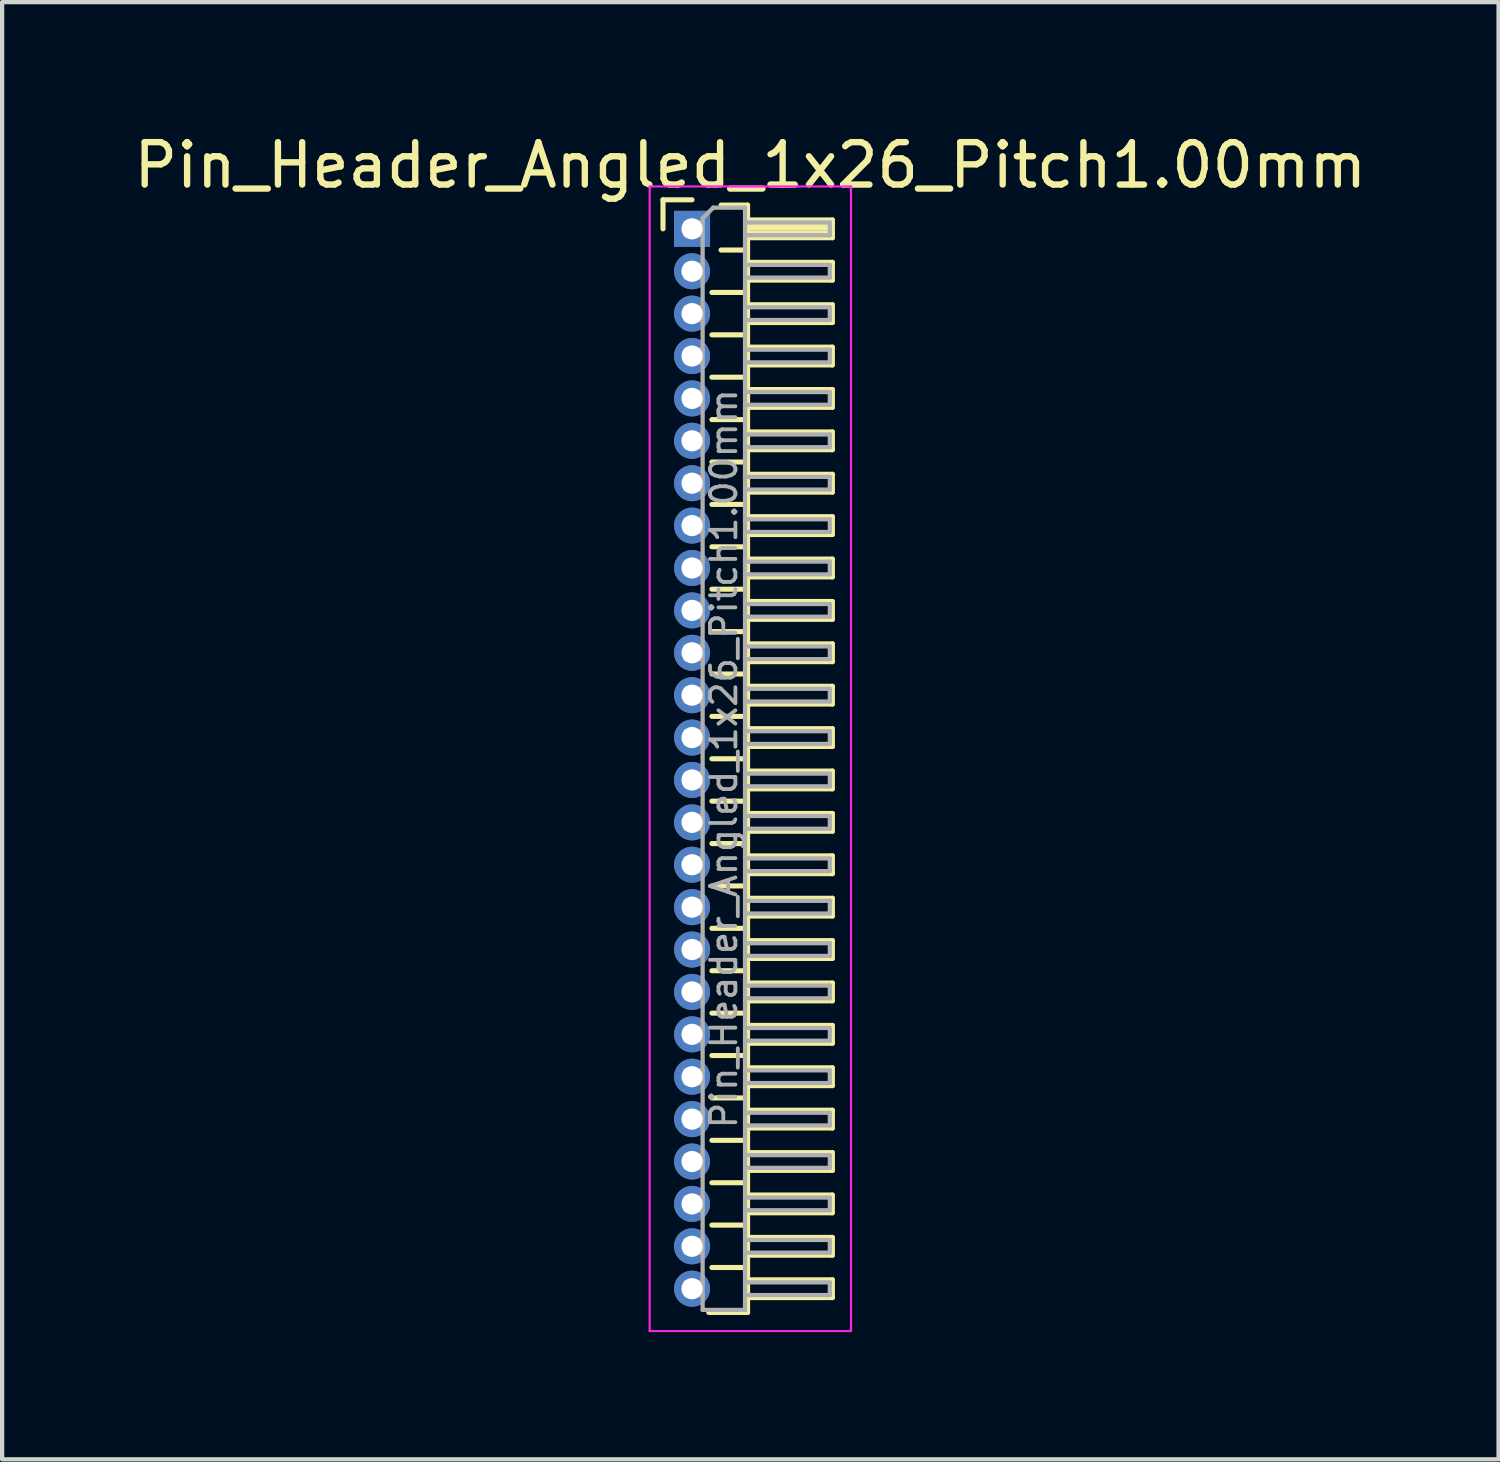
<source format=kicad_pcb>
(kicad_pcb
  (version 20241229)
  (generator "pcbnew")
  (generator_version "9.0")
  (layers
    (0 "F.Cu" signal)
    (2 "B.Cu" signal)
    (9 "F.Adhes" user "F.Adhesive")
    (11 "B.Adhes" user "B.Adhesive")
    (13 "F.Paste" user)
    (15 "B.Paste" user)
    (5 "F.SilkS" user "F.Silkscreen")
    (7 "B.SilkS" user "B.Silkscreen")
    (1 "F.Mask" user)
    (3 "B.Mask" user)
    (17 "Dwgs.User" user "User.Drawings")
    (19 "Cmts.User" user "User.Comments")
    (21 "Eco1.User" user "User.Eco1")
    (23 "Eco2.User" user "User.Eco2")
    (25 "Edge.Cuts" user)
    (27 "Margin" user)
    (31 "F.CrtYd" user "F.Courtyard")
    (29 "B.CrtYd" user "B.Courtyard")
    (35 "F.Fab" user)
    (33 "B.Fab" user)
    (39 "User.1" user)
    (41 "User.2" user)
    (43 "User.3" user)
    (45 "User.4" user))
  (footprint "Pin_Header_Angled_1x26_Pitch1.00mm"
    (layer "F.Cu")
    (at 13.274 2.348)
    (property "Reference" "Pin_Header_Angled_1x26_Pitch1.00mm" (at 1.375 -1.5 0) (layer "F.SilkS") (effects (font (size 1 1) (thickness 0.15))))
    (attr through_hole)
    (fp_line (start -0.685 -0.685) (end 0 -0.685) (stroke (width 0.12) (type solid)) (layer "F.SilkS"))
    (fp_line (start -0.685 0) (end -0.685 -0.685) (stroke (width 0.12) (type solid)) (layer "F.SilkS"))
    (fp_line (start 0.468 1.5) (end 1.31 1.5) (stroke (width 0.12) (type solid)) (layer "F.SilkS"))
    (fp_line (start 0.468 2.5) (end 1.31 2.5) (stroke (width 0.12) (type solid)) (layer "F.SilkS"))
    (fp_line (start 0.468 3.5) (end 1.31 3.5) (stroke (width 0.12) (type solid)) (layer "F.SilkS"))
    (fp_line (start 0.468 4.5) (end 1.31 4.5) (stroke (width 0.12) (type solid)) (layer "F.SilkS"))
    (fp_line (start 0.468 5.5) (end 1.31 5.5) (stroke (width 0.12) (type solid)) (layer "F.SilkS"))
    (fp_line (start 0.468 6.5) (end 1.31 6.5) (stroke (width 0.12) (type solid)) (layer "F.SilkS"))
    (fp_line (start 0.468 7.5) (end 1.31 7.5) (stroke (width 0.12) (type solid)) (layer "F.SilkS"))
    (fp_line (start 0.468 8.5) (end 1.31 8.5) (stroke (width 0.12) (type solid)) (layer "F.SilkS"))
    (fp_line (start 0.468 9.5) (end 1.31 9.5) (stroke (width 0.12) (type solid)) (layer "F.SilkS"))
    (fp_line (start 0.468 10.5) (end 1.31 10.5) (stroke (width 0.12) (type solid)) (layer "F.SilkS"))
    (fp_line (start 0.468 11.5) (end 1.31 11.5) (stroke (width 0.12) (type solid)) (layer "F.SilkS"))
    (fp_line (start 0.468 12.5) (end 1.31 12.5) (stroke (width 0.12) (type solid)) (layer "F.SilkS"))
    (fp_line (start 0.468 13.5) (end 1.31 13.5) (stroke (width 0.12) (type solid)) (layer "F.SilkS"))
    (fp_line (start 0.468 14.5) (end 1.31 14.5) (stroke (width 0.12) (type solid)) (layer "F.SilkS"))
    (fp_line (start 0.468 15.5) (end 1.31 15.5) (stroke (width 0.12) (type solid)) (layer "F.SilkS"))
    (fp_line (start 0.468 16.5) (end 1.31 16.5) (stroke (width 0.12) (type solid)) (layer "F.SilkS"))
    (fp_line (start 0.468 17.5) (end 1.31 17.5) (stroke (width 0.12) (type solid)) (layer "F.SilkS"))
    (fp_line (start 0.468 18.5) (end 1.31 18.5) (stroke (width 0.12) (type solid)) (layer "F.SilkS"))
    (fp_line (start 0.468 19.5) (end 1.31 19.5) (stroke (width 0.12) (type solid)) (layer "F.SilkS"))
    (fp_line (start 0.468 20.5) (end 1.31 20.5) (stroke (width 0.12) (type solid)) (layer "F.SilkS"))
    (fp_line (start 0.468 21.5) (end 1.31 21.5) (stroke (width 0.12) (type solid)) (layer "F.SilkS"))
    (fp_line (start 0.468 22.5) (end 1.31 22.5) (stroke (width 0.12) (type solid)) (layer "F.SilkS"))
    (fp_line (start 0.468 23.5) (end 1.31 23.5) (stroke (width 0.12) (type solid)) (layer "F.SilkS"))
    (fp_line (start 0.468 24.5) (end 1.31 24.5) (stroke (width 0.12) (type solid)) (layer "F.SilkS"))
    (fp_line (start 0.685 -0.56) (end 1.31 -0.56) (stroke (width 0.12) (type solid)) (layer "F.SilkS"))
    (fp_line (start 0.685 0.5) (end 1.31 0.5) (stroke (width 0.12) (type solid)) (layer "F.SilkS"))
    (fp_line (start 1.31 -0.56) (end 1.31 25.56) (stroke (width 0.12) (type solid)) (layer "F.SilkS"))
    (fp_line (start 1.31 -0.21) (end 3.31 -0.21) (stroke (width 0.12) (type solid)) (layer "F.SilkS"))
    (fp_line (start 1.31 -0.15) (end 3.31 -0.15) (stroke (width 0.12) (type solid)) (layer "F.SilkS"))
    (fp_line (start 1.31 -0.03) (end 3.31 -0.03) (stroke (width 0.12) (type solid)) (layer "F.SilkS"))
    (fp_line (start 1.31 0.09) (end 3.31 0.09) (stroke (width 0.12) (type solid)) (layer "F.SilkS"))
    (fp_line (start 1.31 0.79) (end 3.31 0.79) (stroke (width 0.12) (type solid)) (layer "F.SilkS"))
    (fp_line (start 1.31 1.79) (end 3.31 1.79) (stroke (width 0.12) (type solid)) (layer "F.SilkS"))
    (fp_line (start 1.31 2.79) (end 3.31 2.79) (stroke (width 0.12) (type solid)) (layer "F.SilkS"))
    (fp_line (start 1.31 3.79) (end 3.31 3.79) (stroke (width 0.12) (type solid)) (layer "F.SilkS"))
    (fp_line (start 1.31 4.79) (end 3.31 4.79) (stroke (width 0.12) (type solid)) (layer "F.SilkS"))
    (fp_line (start 1.31 5.79) (end 3.31 5.79) (stroke (width 0.12) (type solid)) (layer "F.SilkS"))
    (fp_line (start 1.31 6.79) (end 3.31 6.79) (stroke (width 0.12) (type solid)) (layer "F.SilkS"))
    (fp_line (start 1.31 7.79) (end 3.31 7.79) (stroke (width 0.12) (type solid)) (layer "F.SilkS"))
    (fp_line (start 1.31 8.79) (end 3.31 8.79) (stroke (width 0.12) (type solid)) (layer "F.SilkS"))
    (fp_line (start 1.31 9.79) (end 3.31 9.79) (stroke (width 0.12) (type solid)) (layer "F.SilkS"))
    (fp_line (start 1.31 10.79) (end 3.31 10.79) (stroke (width 0.12) (type solid)) (layer "F.SilkS"))
    (fp_line (start 1.31 11.79) (end 3.31 11.79) (stroke (width 0.12) (type solid)) (layer "F.SilkS"))
    (fp_line (start 1.31 12.79) (end 3.31 12.79) (stroke (width 0.12) (type solid)) (layer "F.SilkS"))
    (fp_line (start 1.31 13.79) (end 3.31 13.79) (stroke (width 0.12) (type solid)) (layer "F.SilkS"))
    (fp_line (start 1.31 14.79) (end 3.31 14.79) (stroke (width 0.12) (type solid)) (layer "F.SilkS"))
    (fp_line (start 1.31 15.79) (end 3.31 15.79) (stroke (width 0.12) (type solid)) (layer "F.SilkS"))
    (fp_line (start 1.31 16.79) (end 3.31 16.79) (stroke (width 0.12) (type solid)) (layer "F.SilkS"))
    (fp_line (start 1.31 17.79) (end 3.31 17.79) (stroke (width 0.12) (type solid)) (layer "F.SilkS"))
    (fp_line (start 1.31 18.79) (end 3.31 18.79) (stroke (width 0.12) (type solid)) (layer "F.SilkS"))
    (fp_line (start 1.31 19.79) (end 3.31 19.79) (stroke (width 0.12) (type solid)) (layer "F.SilkS"))
    (fp_line (start 1.31 20.79) (end 3.31 20.79) (stroke (width 0.12) (type solid)) (layer "F.SilkS"))
    (fp_line (start 1.31 21.79) (end 3.31 21.79) (stroke (width 0.12) (type solid)) (layer "F.SilkS"))
    (fp_line (start 1.31 22.79) (end 3.31 22.79) (stroke (width 0.12) (type solid)) (layer "F.SilkS"))
    (fp_line (start 1.31 23.79) (end 3.31 23.79) (stroke (width 0.12) (type solid)) (layer "F.SilkS"))
    (fp_line (start 1.31 24.79) (end 3.31 24.79) (stroke (width 0.12) (type solid)) (layer "F.SilkS"))
    (fp_line (start 1.31 25.56) (end 0.394 25.56) (stroke (width 0.12) (type solid)) (layer "F.SilkS"))
    (fp_line (start 3.31 -0.21) (end 3.31 0.21) (stroke (width 0.12) (type solid)) (layer "F.SilkS"))
    (fp_line (start 3.31 0.21) (end 1.31 0.21) (stroke (width 0.12) (type solid)) (layer "F.SilkS"))
    (fp_line (start 3.31 0.79) (end 3.31 1.21) (stroke (width 0.12) (type solid)) (layer "F.SilkS"))
    (fp_line (start 3.31 1.21) (end 1.31 1.21) (stroke (width 0.12) (type solid)) (layer "F.SilkS"))
    (fp_line (start 3.31 1.79) (end 3.31 2.21) (stroke (width 0.12) (type solid)) (layer "F.SilkS"))
    (fp_line (start 3.31 2.21) (end 1.31 2.21) (stroke (width 0.12) (type solid)) (layer "F.SilkS"))
    (fp_line (start 3.31 2.79) (end 3.31 3.21) (stroke (width 0.12) (type solid)) (layer "F.SilkS"))
    (fp_line (start 3.31 3.21) (end 1.31 3.21) (stroke (width 0.12) (type solid)) (layer "F.SilkS"))
    (fp_line (start 3.31 3.79) (end 3.31 4.21) (stroke (width 0.12) (type solid)) (layer "F.SilkS"))
    (fp_line (start 3.31 4.21) (end 1.31 4.21) (stroke (width 0.12) (type solid)) (layer "F.SilkS"))
    (fp_line (start 3.31 4.79) (end 3.31 5.21) (stroke (width 0.12) (type solid)) (layer "F.SilkS"))
    (fp_line (start 3.31 5.21) (end 1.31 5.21) (stroke (width 0.12) (type solid)) (layer "F.SilkS"))
    (fp_line (start 3.31 5.79) (end 3.31 6.21) (stroke (width 0.12) (type solid)) (layer "F.SilkS"))
    (fp_line (start 3.31 6.21) (end 1.31 6.21) (stroke (width 0.12) (type solid)) (layer "F.SilkS"))
    (fp_line (start 3.31 6.79) (end 3.31 7.21) (stroke (width 0.12) (type solid)) (layer "F.SilkS"))
    (fp_line (start 3.31 7.21) (end 1.31 7.21) (stroke (width 0.12) (type solid)) (layer "F.SilkS"))
    (fp_line (start 3.31 7.79) (end 3.31 8.21) (stroke (width 0.12) (type solid)) (layer "F.SilkS"))
    (fp_line (start 3.31 8.21) (end 1.31 8.21) (stroke (width 0.12) (type solid)) (layer "F.SilkS"))
    (fp_line (start 3.31 8.79) (end 3.31 9.21) (stroke (width 0.12) (type solid)) (layer "F.SilkS"))
    (fp_line (start 3.31 9.21) (end 1.31 9.21) (stroke (width 0.12) (type solid)) (layer "F.SilkS"))
    (fp_line (start 3.31 9.79) (end 3.31 10.21) (stroke (width 0.12) (type solid)) (layer "F.SilkS"))
    (fp_line (start 3.31 10.21) (end 1.31 10.21) (stroke (width 0.12) (type solid)) (layer "F.SilkS"))
    (fp_line (start 3.31 10.79) (end 3.31 11.21) (stroke (width 0.12) (type solid)) (layer "F.SilkS"))
    (fp_line (start 3.31 11.21) (end 1.31 11.21) (stroke (width 0.12) (type solid)) (layer "F.SilkS"))
    (fp_line (start 3.31 11.79) (end 3.31 12.21) (stroke (width 0.12) (type solid)) (layer "F.SilkS"))
    (fp_line (start 3.31 12.21) (end 1.31 12.21) (stroke (width 0.12) (type solid)) (layer "F.SilkS"))
    (fp_line (start 3.31 12.79) (end 3.31 13.21) (stroke (width 0.12) (type solid)) (layer "F.SilkS"))
    (fp_line (start 3.31 13.21) (end 1.31 13.21) (stroke (width 0.12) (type solid)) (layer "F.SilkS"))
    (fp_line (start 3.31 13.79) (end 3.31 14.21) (stroke (width 0.12) (type solid)) (layer "F.SilkS"))
    (fp_line (start 3.31 14.21) (end 1.31 14.21) (stroke (width 0.12) (type solid)) (layer "F.SilkS"))
    (fp_line (start 3.31 14.79) (end 3.31 15.21) (stroke (width 0.12) (type solid)) (layer "F.SilkS"))
    (fp_line (start 3.31 15.21) (end 1.31 15.21) (stroke (width 0.12) (type solid)) (layer "F.SilkS"))
    (fp_line (start 3.31 15.79) (end 3.31 16.21) (stroke (width 0.12) (type solid)) (layer "F.SilkS"))
    (fp_line (start 3.31 16.21) (end 1.31 16.21) (stroke (width 0.12) (type solid)) (layer "F.SilkS"))
    (fp_line (start 3.31 16.79) (end 3.31 17.21) (stroke (width 0.12) (type solid)) (layer "F.SilkS"))
    (fp_line (start 3.31 17.21) (end 1.31 17.21) (stroke (width 0.12) (type solid)) (layer "F.SilkS"))
    (fp_line (start 3.31 17.79) (end 3.31 18.21) (stroke (width 0.12) (type solid)) (layer "F.SilkS"))
    (fp_line (start 3.31 18.21) (end 1.31 18.21) (stroke (width 0.12) (type solid)) (layer "F.SilkS"))
    (fp_line (start 3.31 18.79) (end 3.31 19.21) (stroke (width 0.12) (type solid)) (layer "F.SilkS"))
    (fp_line (start 3.31 19.21) (end 1.31 19.21) (stroke (width 0.12) (type solid)) (layer "F.SilkS"))
    (fp_line (start 3.31 19.79) (end 3.31 20.21) (stroke (width 0.12) (type solid)) (layer "F.SilkS"))
    (fp_line (start 3.31 20.21) (end 1.31 20.21) (stroke (width 0.12) (type solid)) (layer "F.SilkS"))
    (fp_line (start 3.31 20.79) (end 3.31 21.21) (stroke (width 0.12) (type solid)) (layer "F.SilkS"))
    (fp_line (start 3.31 21.21) (end 1.31 21.21) (stroke (width 0.12) (type solid)) (layer "F.SilkS"))
    (fp_line (start 3.31 21.79) (end 3.31 22.21) (stroke (width 0.12) (type solid)) (layer "F.SilkS"))
    (fp_line (start 3.31 22.21) (end 1.31 22.21) (stroke (width 0.12) (type solid)) (layer "F.SilkS"))
    (fp_line (start 3.31 22.79) (end 3.31 23.21) (stroke (width 0.12) (type solid)) (layer "F.SilkS"))
    (fp_line (start 3.31 23.21) (end 1.31 23.21) (stroke (width 0.12) (type solid)) (layer "F.SilkS"))
    (fp_line (start 3.31 23.79) (end 3.31 24.21) (stroke (width 0.12) (type solid)) (layer "F.SilkS"))
    (fp_line (start 3.31 24.21) (end 1.31 24.21) (stroke (width 0.12) (type solid)) (layer "F.SilkS"))
    (fp_line (start 3.31 24.79) (end 3.31 25.21) (stroke (width 0.12) (type solid)) (layer "F.SilkS"))
    (fp_line (start 3.31 25.21) (end 1.31 25.21) (stroke (width 0.12) (type solid)) (layer "F.SilkS"))
    (fp_line (start -1 -1) (end -1 26) (stroke (width 0.05) (type solid)) (layer "F.CrtYd"))
    (fp_line (start -1 26) (end 3.75 26) (stroke (width 0.05) (type solid)) (layer "F.CrtYd"))
    (fp_line (start 3.75 -1) (end -1 -1) (stroke (width 0.05) (type solid)) (layer "F.CrtYd"))
    (fp_line (start 3.75 26) (end 3.75 -1) (stroke (width 0.05) (type solid)) (layer "F.CrtYd"))
    (fp_line (start -0.15 -0.15) (end -0.15 0.15) (stroke (width 0.1) (type solid)) (layer "F.Fab"))
    (fp_line (start -0.15 -0.15) (end 0.25 -0.15) (stroke (width 0.1) (type solid)) (layer "F.Fab"))
    (fp_line (start -0.15 0.15) (end 0.25 0.15) (stroke (width 0.1) (type solid)) (layer "F.Fab"))
    (fp_line (start -0.15 0.85) (end -0.15 1.15) (stroke (width 0.1) (type solid)) (layer "F.Fab"))
    (fp_line (start -0.15 0.85) (end 0.25 0.85) (stroke (width 0.1) (type solid)) (layer "F.Fab"))
    (fp_line (start -0.15 1.15) (end 0.25 1.15) (stroke (width 0.1) (type solid)) (layer "F.Fab"))
    (fp_line (start -0.15 1.85) (end -0.15 2.15) (stroke (width 0.1) (type solid)) (layer "F.Fab"))
    (fp_line (start -0.15 1.85) (end 0.25 1.85) (stroke (width 0.1) (type solid)) (layer "F.Fab"))
    (fp_line (start -0.15 2.15) (end 0.25 2.15) (stroke (width 0.1) (type solid)) (layer "F.Fab"))
    (fp_line (start -0.15 2.85) (end -0.15 3.15) (stroke (width 0.1) (type solid)) (layer "F.Fab"))
    (fp_line (start -0.15 2.85) (end 0.25 2.85) (stroke (width 0.1) (type solid)) (layer "F.Fab"))
    (fp_line (start -0.15 3.15) (end 0.25 3.15) (stroke (width 0.1) (type solid)) (layer "F.Fab"))
    (fp_line (start -0.15 3.85) (end -0.15 4.15) (stroke (width 0.1) (type solid)) (layer "F.Fab"))
    (fp_line (start -0.15 3.85) (end 0.25 3.85) (stroke (width 0.1) (type solid)) (layer "F.Fab"))
    (fp_line (start -0.15 4.15) (end 0.25 4.15) (stroke (width 0.1) (type solid)) (layer "F.Fab"))
    (fp_line (start -0.15 4.85) (end -0.15 5.15) (stroke (width 0.1) (type solid)) (layer "F.Fab"))
    (fp_line (start -0.15 4.85) (end 0.25 4.85) (stroke (width 0.1) (type solid)) (layer "F.Fab"))
    (fp_line (start -0.15 5.15) (end 0.25 5.15) (stroke (width 0.1) (type solid)) (layer "F.Fab"))
    (fp_line (start -0.15 5.85) (end -0.15 6.15) (stroke (width 0.1) (type solid)) (layer "F.Fab"))
    (fp_line (start -0.15 5.85) (end 0.25 5.85) (stroke (width 0.1) (type solid)) (layer "F.Fab"))
    (fp_line (start -0.15 6.15) (end 0.25 6.15) (stroke (width 0.1) (type solid)) (layer "F.Fab"))
    (fp_line (start -0.15 6.85) (end -0.15 7.15) (stroke (width 0.1) (type solid)) (layer "F.Fab"))
    (fp_line (start -0.15 6.85) (end 0.25 6.85) (stroke (width 0.1) (type solid)) (layer "F.Fab"))
    (fp_line (start -0.15 7.15) (end 0.25 7.15) (stroke (width 0.1) (type solid)) (layer "F.Fab"))
    (fp_line (start -0.15 7.85) (end -0.15 8.15) (stroke (width 0.1) (type solid)) (layer "F.Fab"))
    (fp_line (start -0.15 7.85) (end 0.25 7.85) (stroke (width 0.1) (type solid)) (layer "F.Fab"))
    (fp_line (start -0.15 8.15) (end 0.25 8.15) (stroke (width 0.1) (type solid)) (layer "F.Fab"))
    (fp_line (start -0.15 8.85) (end -0.15 9.15) (stroke (width 0.1) (type solid)) (layer "F.Fab"))
    (fp_line (start -0.15 8.85) (end 0.25 8.85) (stroke (width 0.1) (type solid)) (layer "F.Fab"))
    (fp_line (start -0.15 9.15) (end 0.25 9.15) (stroke (width 0.1) (type solid)) (layer "F.Fab"))
    (fp_line (start -0.15 9.85) (end -0.15 10.15) (stroke (width 0.1) (type solid)) (layer "F.Fab"))
    (fp_line (start -0.15 9.85) (end 0.25 9.85) (stroke (width 0.1) (type solid)) (layer "F.Fab"))
    (fp_line (start -0.15 10.15) (end 0.25 10.15) (stroke (width 0.1) (type solid)) (layer "F.Fab"))
    (fp_line (start -0.15 10.85) (end -0.15 11.15) (stroke (width 0.1) (type solid)) (layer "F.Fab"))
    (fp_line (start -0.15 10.85) (end 0.25 10.85) (stroke (width 0.1) (type solid)) (layer "F.Fab"))
    (fp_line (start -0.15 11.15) (end 0.25 11.15) (stroke (width 0.1) (type solid)) (layer "F.Fab"))
    (fp_line (start -0.15 11.85) (end -0.15 12.15) (stroke (width 0.1) (type solid)) (layer "F.Fab"))
    (fp_line (start -0.15 11.85) (end 0.25 11.85) (stroke (width 0.1) (type solid)) (layer "F.Fab"))
    (fp_line (start -0.15 12.15) (end 0.25 12.15) (stroke (width 0.1) (type solid)) (layer "F.Fab"))
    (fp_line (start -0.15 12.85) (end -0.15 13.15) (stroke (width 0.1) (type solid)) (layer "F.Fab"))
    (fp_line (start -0.15 12.85) (end 0.25 12.85) (stroke (width 0.1) (type solid)) (layer "F.Fab"))
    (fp_line (start -0.15 13.15) (end 0.25 13.15) (stroke (width 0.1) (type solid)) (layer "F.Fab"))
    (fp_line (start -0.15 13.85) (end -0.15 14.15) (stroke (width 0.1) (type solid)) (layer "F.Fab"))
    (fp_line (start -0.15 13.85) (end 0.25 13.85) (stroke (width 0.1) (type solid)) (layer "F.Fab"))
    (fp_line (start -0.15 14.15) (end 0.25 14.15) (stroke (width 0.1) (type solid)) (layer "F.Fab"))
    (fp_line (start -0.15 14.85) (end -0.15 15.15) (stroke (width 0.1) (type solid)) (layer "F.Fab"))
    (fp_line (start -0.15 14.85) (end 0.25 14.85) (stroke (width 0.1) (type solid)) (layer "F.Fab"))
    (fp_line (start -0.15 15.15) (end 0.25 15.15) (stroke (width 0.1) (type solid)) (layer "F.Fab"))
    (fp_line (start -0.15 15.85) (end -0.15 16.15) (stroke (width 0.1) (type solid)) (layer "F.Fab"))
    (fp_line (start -0.15 15.85) (end 0.25 15.85) (stroke (width 0.1) (type solid)) (layer "F.Fab"))
    (fp_line (start -0.15 16.15) (end 0.25 16.15) (stroke (width 0.1) (type solid)) (layer "F.Fab"))
    (fp_line (start -0.15 16.85) (end -0.15 17.15) (stroke (width 0.1) (type solid)) (layer "F.Fab"))
    (fp_line (start -0.15 16.85) (end 0.25 16.85) (stroke (width 0.1) (type solid)) (layer "F.Fab"))
    (fp_line (start -0.15 17.15) (end 0.25 17.15) (stroke (width 0.1) (type solid)) (layer "F.Fab"))
    (fp_line (start -0.15 17.85) (end -0.15 18.15) (stroke (width 0.1) (type solid)) (layer "F.Fab"))
    (fp_line (start -0.15 17.85) (end 0.25 17.85) (stroke (width 0.1) (type solid)) (layer "F.Fab"))
    (fp_line (start -0.15 18.15) (end 0.25 18.15) (stroke (width 0.1) (type solid)) (layer "F.Fab"))
    (fp_line (start -0.15 18.85) (end -0.15 19.15) (stroke (width 0.1) (type solid)) (layer "F.Fab"))
    (fp_line (start -0.15 18.85) (end 0.25 18.85) (stroke (width 0.1) (type solid)) (layer "F.Fab"))
    (fp_line (start -0.15 19.15) (end 0.25 19.15) (stroke (width 0.1) (type solid)) (layer "F.Fab"))
    (fp_line (start -0.15 19.85) (end -0.15 20.15) (stroke (width 0.1) (type solid)) (layer "F.Fab"))
    (fp_line (start -0.15 19.85) (end 0.25 19.85) (stroke (width 0.1) (type solid)) (layer "F.Fab"))
    (fp_line (start -0.15 20.15) (end 0.25 20.15) (stroke (width 0.1) (type solid)) (layer "F.Fab"))
    (fp_line (start -0.15 20.85) (end -0.15 21.15) (stroke (width 0.1) (type solid)) (layer "F.Fab"))
    (fp_line (start -0.15 20.85) (end 0.25 20.85) (stroke (width 0.1) (type solid)) (layer "F.Fab"))
    (fp_line (start -0.15 21.15) (end 0.25 21.15) (stroke (width 0.1) (type solid)) (layer "F.Fab"))
    (fp_line (start -0.15 21.85) (end -0.15 22.15) (stroke (width 0.1) (type solid)) (layer "F.Fab"))
    (fp_line (start -0.15 21.85) (end 0.25 21.85) (stroke (width 0.1) (type solid)) (layer "F.Fab"))
    (fp_line (start -0.15 22.15) (end 0.25 22.15) (stroke (width 0.1) (type solid)) (layer "F.Fab"))
    (fp_line (start -0.15 22.85) (end -0.15 23.15) (stroke (width 0.1) (type solid)) (layer "F.Fab"))
    (fp_line (start -0.15 22.85) (end 0.25 22.85) (stroke (width 0.1) (type solid)) (layer "F.Fab"))
    (fp_line (start -0.15 23.15) (end 0.25 23.15) (stroke (width 0.1) (type solid)) (layer "F.Fab"))
    (fp_line (start -0.15 23.85) (end -0.15 24.15) (stroke (width 0.1) (type solid)) (layer "F.Fab"))
    (fp_line (start -0.15 23.85) (end 0.25 23.85) (stroke (width 0.1) (type solid)) (layer "F.Fab"))
    (fp_line (start -0.15 24.15) (end 0.25 24.15) (stroke (width 0.1) (type solid)) (layer "F.Fab"))
    (fp_line (start -0.15 24.85) (end -0.15 25.15) (stroke (width 0.1) (type solid)) (layer "F.Fab"))
    (fp_line (start -0.15 24.85) (end 0.25 24.85) (stroke (width 0.1) (type solid)) (layer "F.Fab"))
    (fp_line (start -0.15 25.15) (end 0.25 25.15) (stroke (width 0.1) (type solid)) (layer "F.Fab"))
    (fp_line (start 0.25 -0.25) (end 0.5 -0.5) (stroke (width 0.1) (type solid)) (layer "F.Fab"))
    (fp_line (start 0.25 25.5) (end 0.25 -0.25) (stroke (width 0.1) (type solid)) (layer "F.Fab"))
    (fp_line (start 0.5 -0.5) (end 1.25 -0.5) (stroke (width 0.1) (type solid)) (layer "F.Fab"))
    (fp_line (start 1.25 -0.5) (end 1.25 25.5) (stroke (width 0.1) (type solid)) (layer "F.Fab"))
    (fp_line (start 1.25 -0.15) (end 3.25 -0.15) (stroke (width 0.1) (type solid)) (layer "F.Fab"))
    (fp_line (start 1.25 0.15) (end 3.25 0.15) (stroke (width 0.1) (type solid)) (layer "F.Fab"))
    (fp_line (start 1.25 0.85) (end 3.25 0.85) (stroke (width 0.1) (type solid)) (layer "F.Fab"))
    (fp_line (start 1.25 1.15) (end 3.25 1.15) (stroke (width 0.1) (type solid)) (layer "F.Fab"))
    (fp_line (start 1.25 1.85) (end 3.25 1.85) (stroke (width 0.1) (type solid)) (layer "F.Fab"))
    (fp_line (start 1.25 2.15) (end 3.25 2.15) (stroke (width 0.1) (type solid)) (layer "F.Fab"))
    (fp_line (start 1.25 2.85) (end 3.25 2.85) (stroke (width 0.1) (type solid)) (layer "F.Fab"))
    (fp_line (start 1.25 3.15) (end 3.25 3.15) (stroke (width 0.1) (type solid)) (layer "F.Fab"))
    (fp_line (start 1.25 3.85) (end 3.25 3.85) (stroke (width 0.1) (type solid)) (layer "F.Fab"))
    (fp_line (start 1.25 4.15) (end 3.25 4.15) (stroke (width 0.1) (type solid)) (layer "F.Fab"))
    (fp_line (start 1.25 4.85) (end 3.25 4.85) (stroke (width 0.1) (type solid)) (layer "F.Fab"))
    (fp_line (start 1.25 5.15) (end 3.25 5.15) (stroke (width 0.1) (type solid)) (layer "F.Fab"))
    (fp_line (start 1.25 5.85) (end 3.25 5.85) (stroke (width 0.1) (type solid)) (layer "F.Fab"))
    (fp_line (start 1.25 6.15) (end 3.25 6.15) (stroke (width 0.1) (type solid)) (layer "F.Fab"))
    (fp_line (start 1.25 6.85) (end 3.25 6.85) (stroke (width 0.1) (type solid)) (layer "F.Fab"))
    (fp_line (start 1.25 7.15) (end 3.25 7.15) (stroke (width 0.1) (type solid)) (layer "F.Fab"))
    (fp_line (start 1.25 7.85) (end 3.25 7.85) (stroke (width 0.1) (type solid)) (layer "F.Fab"))
    (fp_line (start 1.25 8.15) (end 3.25 8.15) (stroke (width 0.1) (type solid)) (layer "F.Fab"))
    (fp_line (start 1.25 8.85) (end 3.25 8.85) (stroke (width 0.1) (type solid)) (layer "F.Fab"))
    (fp_line (start 1.25 9.15) (end 3.25 9.15) (stroke (width 0.1) (type solid)) (layer "F.Fab"))
    (fp_line (start 1.25 9.85) (end 3.25 9.85) (stroke (width 0.1) (type solid)) (layer "F.Fab"))
    (fp_line (start 1.25 10.15) (end 3.25 10.15) (stroke (width 0.1) (type solid)) (layer "F.Fab"))
    (fp_line (start 1.25 10.85) (end 3.25 10.85) (stroke (width 0.1) (type solid)) (layer "F.Fab"))
    (fp_line (start 1.25 11.15) (end 3.25 11.15) (stroke (width 0.1) (type solid)) (layer "F.Fab"))
    (fp_line (start 1.25 11.85) (end 3.25 11.85) (stroke (width 0.1) (type solid)) (layer "F.Fab"))
    (fp_line (start 1.25 12.15) (end 3.25 12.15) (stroke (width 0.1) (type solid)) (layer "F.Fab"))
    (fp_line (start 1.25 12.85) (end 3.25 12.85) (stroke (width 0.1) (type solid)) (layer "F.Fab"))
    (fp_line (start 1.25 13.15) (end 3.25 13.15) (stroke (width 0.1) (type solid)) (layer "F.Fab"))
    (fp_line (start 1.25 13.85) (end 3.25 13.85) (stroke (width 0.1) (type solid)) (layer "F.Fab"))
    (fp_line (start 1.25 14.15) (end 3.25 14.15) (stroke (width 0.1) (type solid)) (layer "F.Fab"))
    (fp_line (start 1.25 14.85) (end 3.25 14.85) (stroke (width 0.1) (type solid)) (layer "F.Fab"))
    (fp_line (start 1.25 15.15) (end 3.25 15.15) (stroke (width 0.1) (type solid)) (layer "F.Fab"))
    (fp_line (start 1.25 15.85) (end 3.25 15.85) (stroke (width 0.1) (type solid)) (layer "F.Fab"))
    (fp_line (start 1.25 16.15) (end 3.25 16.15) (stroke (width 0.1) (type solid)) (layer "F.Fab"))
    (fp_line (start 1.25 16.85) (end 3.25 16.85) (stroke (width 0.1) (type solid)) (layer "F.Fab"))
    (fp_line (start 1.25 17.15) (end 3.25 17.15) (stroke (width 0.1) (type solid)) (layer "F.Fab"))
    (fp_line (start 1.25 17.85) (end 3.25 17.85) (stroke (width 0.1) (type solid)) (layer "F.Fab"))
    (fp_line (start 1.25 18.15) (end 3.25 18.15) (stroke (width 0.1) (type solid)) (layer "F.Fab"))
    (fp_line (start 1.25 18.85) (end 3.25 18.85) (stroke (width 0.1) (type solid)) (layer "F.Fab"))
    (fp_line (start 1.25 19.15) (end 3.25 19.15) (stroke (width 0.1) (type solid)) (layer "F.Fab"))
    (fp_line (start 1.25 19.85) (end 3.25 19.85) (stroke (width 0.1) (type solid)) (layer "F.Fab"))
    (fp_line (start 1.25 20.15) (end 3.25 20.15) (stroke (width 0.1) (type solid)) (layer "F.Fab"))
    (fp_line (start 1.25 20.85) (end 3.25 20.85) (stroke (width 0.1) (type solid)) (layer "F.Fab"))
    (fp_line (start 1.25 21.15) (end 3.25 21.15) (stroke (width 0.1) (type solid)) (layer "F.Fab"))
    (fp_line (start 1.25 21.85) (end 3.25 21.85) (stroke (width 0.1) (type solid)) (layer "F.Fab"))
    (fp_line (start 1.25 22.15) (end 3.25 22.15) (stroke (width 0.1) (type solid)) (layer "F.Fab"))
    (fp_line (start 1.25 22.85) (end 3.25 22.85) (stroke (width 0.1) (type solid)) (layer "F.Fab"))
    (fp_line (start 1.25 23.15) (end 3.25 23.15) (stroke (width 0.1) (type solid)) (layer "F.Fab"))
    (fp_line (start 1.25 23.85) (end 3.25 23.85) (stroke (width 0.1) (type solid)) (layer "F.Fab"))
    (fp_line (start 1.25 24.15) (end 3.25 24.15) (stroke (width 0.1) (type solid)) (layer "F.Fab"))
    (fp_line (start 1.25 24.85) (end 3.25 24.85) (stroke (width 0.1) (type solid)) (layer "F.Fab"))
    (fp_line (start 1.25 25.15) (end 3.25 25.15) (stroke (width 0.1) (type solid)) (layer "F.Fab"))
    (fp_line (start 1.25 25.5) (end 0.25 25.5) (stroke (width 0.1) (type solid)) (layer "F.Fab"))
    (fp_line (start 3.25 -0.15) (end 3.25 0.15) (stroke (width 0.1) (type solid)) (layer "F.Fab"))
    (fp_line (start 3.25 0.85) (end 3.25 1.15) (stroke (width 0.1) (type solid)) (layer "F.Fab"))
    (fp_line (start 3.25 1.85) (end 3.25 2.15) (stroke (width 0.1) (type solid)) (layer "F.Fab"))
    (fp_line (start 3.25 2.85) (end 3.25 3.15) (stroke (width 0.1) (type solid)) (layer "F.Fab"))
    (fp_line (start 3.25 3.85) (end 3.25 4.15) (stroke (width 0.1) (type solid)) (layer "F.Fab"))
    (fp_line (start 3.25 4.85) (end 3.25 5.15) (stroke (width 0.1) (type solid)) (layer "F.Fab"))
    (fp_line (start 3.25 5.85) (end 3.25 6.15) (stroke (width 0.1) (type solid)) (layer "F.Fab"))
    (fp_line (start 3.25 6.85) (end 3.25 7.15) (stroke (width 0.1) (type solid)) (layer "F.Fab"))
    (fp_line (start 3.25 7.85) (end 3.25 8.15) (stroke (width 0.1) (type solid)) (layer "F.Fab"))
    (fp_line (start 3.25 8.85) (end 3.25 9.15) (stroke (width 0.1) (type solid)) (layer "F.Fab"))
    (fp_line (start 3.25 9.85) (end 3.25 10.15) (stroke (width 0.1) (type solid)) (layer "F.Fab"))
    (fp_line (start 3.25 10.85) (end 3.25 11.15) (stroke (width 0.1) (type solid)) (layer "F.Fab"))
    (fp_line (start 3.25 11.85) (end 3.25 12.15) (stroke (width 0.1) (type solid)) (layer "F.Fab"))
    (fp_line (start 3.25 12.85) (end 3.25 13.15) (stroke (width 0.1) (type solid)) (layer "F.Fab"))
    (fp_line (start 3.25 13.85) (end 3.25 14.15) (stroke (width 0.1) (type solid)) (layer "F.Fab"))
    (fp_line (start 3.25 14.85) (end 3.25 15.15) (stroke (width 0.1) (type solid)) (layer "F.Fab"))
    (fp_line (start 3.25 15.85) (end 3.25 16.15) (stroke (width 0.1) (type solid)) (layer "F.Fab"))
    (fp_line (start 3.25 16.85) (end 3.25 17.15) (stroke (width 0.1) (type solid)) (layer "F.Fab"))
    (fp_line (start 3.25 17.85) (end 3.25 18.15) (stroke (width 0.1) (type solid)) (layer "F.Fab"))
    (fp_line (start 3.25 18.85) (end 3.25 19.15) (stroke (width 0.1) (type solid)) (layer "F.Fab"))
    (fp_line (start 3.25 19.85) (end 3.25 20.15) (stroke (width 0.1) (type solid)) (layer "F.Fab"))
    (fp_line (start 3.25 20.85) (end 3.25 21.15) (stroke (width 0.1) (type solid)) (layer "F.Fab"))
    (fp_line (start 3.25 21.85) (end 3.25 22.15) (stroke (width 0.1) (type solid)) (layer "F.Fab"))
    (fp_line (start 3.25 22.85) (end 3.25 23.15) (stroke (width 0.1) (type solid)) (layer "F.Fab"))
    (fp_line (start 3.25 23.85) (end 3.25 24.15) (stroke (width 0.1) (type solid)) (layer "F.Fab"))
    (fp_line (start 3.25 24.85) (end 3.25 25.15) (stroke (width 0.1) (type solid)) (layer "F.Fab"))
    (fp_text user "${REFERENCE}" (at 0.75 12.5 90) (layer "F.Fab") (effects (font (size 0.6 0.6) (thickness 0.09))))
    (pad "1" thru_hole rect (at 0 0) (size 0.85 0.85) (drill 0.5) (layers "*.Cu" "*.Mask"))
    (pad "2" thru_hole oval (at 0 1) (size 0.85 0.85) (drill 0.5) (layers "*.Cu" "*.Mask"))
    (pad "3" thru_hole oval (at 0 2) (size 0.85 0.85) (drill 0.5) (layers "*.Cu" "*.Mask"))
    (pad "4" thru_hole oval (at 0 3) (size 0.85 0.85) (drill 0.5) (layers "*.Cu" "*.Mask"))
    (pad "5" thru_hole oval (at 0 4) (size 0.85 0.85) (drill 0.5) (layers "*.Cu" "*.Mask"))
    (pad "6" thru_hole oval (at 0 5) (size 0.85 0.85) (drill 0.5) (layers "*.Cu" "*.Mask"))
    (pad "7" thru_hole oval (at 0 6) (size 0.85 0.85) (drill 0.5) (layers "*.Cu" "*.Mask"))
    (pad "8" thru_hole oval (at 0 7) (size 0.85 0.85) (drill 0.5) (layers "*.Cu" "*.Mask"))
    (pad "9" thru_hole oval (at 0 8) (size 0.85 0.85) (drill 0.5) (layers "*.Cu" "*.Mask"))
    (pad "10" thru_hole oval (at 0 9) (size 0.85 0.85) (drill 0.5) (layers "*.Cu" "*.Mask"))
    (pad "11" thru_hole oval (at 0 10) (size 0.85 0.85) (drill 0.5) (layers "*.Cu" "*.Mask"))
    (pad "12" thru_hole oval (at 0 11) (size 0.85 0.85) (drill 0.5) (layers "*.Cu" "*.Mask"))
    (pad "13" thru_hole oval (at 0 12) (size 0.85 0.85) (drill 0.5) (layers "*.Cu" "*.Mask"))
    (pad "14" thru_hole oval (at 0 13) (size 0.85 0.85) (drill 0.5) (layers "*.Cu" "*.Mask"))
    (pad "15" thru_hole oval (at 0 14) (size 0.85 0.85) (drill 0.5) (layers "*.Cu" "*.Mask"))
    (pad "16" thru_hole oval (at 0 15) (size 0.85 0.85) (drill 0.5) (layers "*.Cu" "*.Mask"))
    (pad "17" thru_hole oval (at 0 16) (size 0.85 0.85) (drill 0.5) (layers "*.Cu" "*.Mask"))
    (pad "18" thru_hole oval (at 0 17) (size 0.85 0.85) (drill 0.5) (layers "*.Cu" "*.Mask"))
    (pad "19" thru_hole oval (at 0 18) (size 0.85 0.85) (drill 0.5) (layers "*.Cu" "*.Mask"))
    (pad "20" thru_hole oval (at 0 19) (size 0.85 0.85) (drill 0.5) (layers "*.Cu" "*.Mask"))
    (pad "21" thru_hole oval (at 0 20) (size 0.85 0.85) (drill 0.5) (layers "*.Cu" "*.Mask"))
    (pad "22" thru_hole oval (at 0 21) (size 0.85 0.85) (drill 0.5) (layers "*.Cu" "*.Mask"))
    (pad "23" thru_hole oval (at 0 22) (size 0.85 0.85) (drill 0.5) (layers "*.Cu" "*.Mask"))
    (pad "24" thru_hole oval (at 0 23) (size 0.85 0.85) (drill 0.5) (layers "*.Cu" "*.Mask"))
    (pad "25" thru_hole oval (at 0 24) (size 0.85 0.85) (drill 0.5) (layers "*.Cu" "*.Mask"))
    (pad "26" thru_hole oval (at 0 25) (size 0.85 0.85) (drill 0.5) (layers "*.Cu" "*.Mask")))
  (gr_rect
    (start -3 -3)
    (end 32.298 31.373)
    (stroke (width 0.1) (type default))
    (fill no)
    (layer "Edge.Cuts")))
</source>
